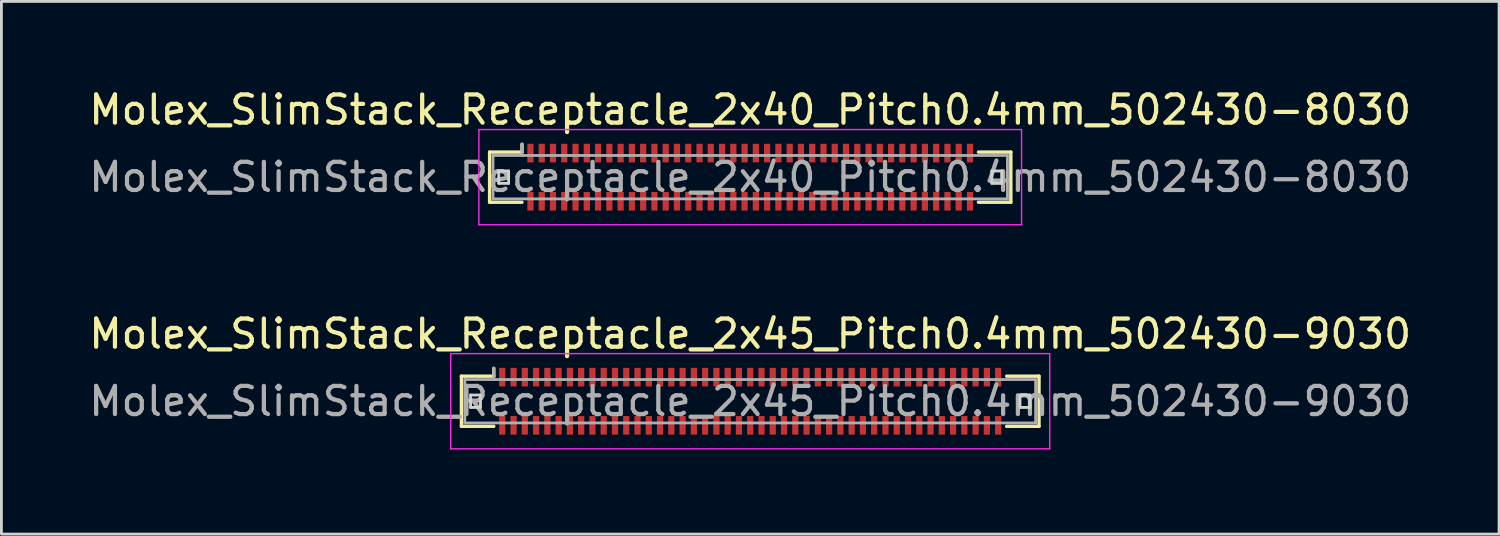
<source format=kicad_pcb>
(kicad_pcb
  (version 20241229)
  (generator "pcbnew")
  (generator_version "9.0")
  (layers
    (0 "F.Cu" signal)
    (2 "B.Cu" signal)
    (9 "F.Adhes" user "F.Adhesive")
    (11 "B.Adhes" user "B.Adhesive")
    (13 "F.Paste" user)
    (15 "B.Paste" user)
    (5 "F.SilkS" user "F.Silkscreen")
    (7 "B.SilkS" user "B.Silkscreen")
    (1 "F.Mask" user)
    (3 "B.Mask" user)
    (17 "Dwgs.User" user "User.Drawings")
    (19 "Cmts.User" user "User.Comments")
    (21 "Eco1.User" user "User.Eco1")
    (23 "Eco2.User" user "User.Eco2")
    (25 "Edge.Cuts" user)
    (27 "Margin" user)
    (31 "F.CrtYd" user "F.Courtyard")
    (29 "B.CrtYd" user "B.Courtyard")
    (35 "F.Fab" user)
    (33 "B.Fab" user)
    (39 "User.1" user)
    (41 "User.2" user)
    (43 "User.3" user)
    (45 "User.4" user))
  (footprint "Molex_SlimStack_Receptacle_2x40_Pitch0.4mm_502430-8030"
    (layer "F.Cu")
    (at 23.577 3.238)
    (property "Reference" "Molex_SlimStack_Receptacle_2x40_Pitch0.4mm_502430-8030" (at 0 -2.39 0) (layer "F.SilkS") (effects (font (size 1 1) (thickness 0.15))))
    (attr smd)
    (fp_line (start -9.25 -0.89) (end -8.1 -0.89) (stroke (width 0.12) (type solid)) (layer "F.SilkS"))
    (fp_line (start -9.25 0.89) (end -9.25 -0.89) (stroke (width 0.12) (type solid)) (layer "F.SilkS"))
    (fp_line (start -8.1 -0.89) (end -8.1 -1.17) (stroke (width 0.12) (type solid)) (layer "F.SilkS"))
    (fp_line (start -8.1 0.89) (end -9.25 0.89) (stroke (width 0.12) (type solid)) (layer "F.SilkS"))
    (fp_line (start 8.1 0.89) (end 9.25 0.89) (stroke (width 0.12) (type solid)) (layer "F.SilkS"))
    (fp_line (start 9.25 -0.89) (end 8.1 -0.89) (stroke (width 0.12) (type solid)) (layer "F.SilkS"))
    (fp_line (start 9.25 0.89) (end 9.25 -0.89) (stroke (width 0.12) (type solid)) (layer "F.SilkS"))
    (fp_line (start -8.925 -0.22) (end -8.925 0.22) (stroke (width 0.1) (type solid)) (layer "Edge.Cuts"))
    (fp_line (start -8.925 0.22) (end -8.575 0.22) (stroke (width 0.1) (type solid)) (layer "Edge.Cuts"))
    (fp_line (start -8.575 -0.22) (end -8.925 -0.22) (stroke (width 0.1) (type solid)) (layer "Edge.Cuts"))
    (fp_line (start -8.575 0.22) (end -8.575 -0.22) (stroke (width 0.1) (type solid)) (layer "Edge.Cuts"))
    (fp_line (start 8.575 -0.22) (end 8.575 0.22) (stroke (width 0.1) (type solid)) (layer "Edge.Cuts"))
    (fp_line (start 8.575 0.22) (end 8.925 0.22) (stroke (width 0.1) (type solid)) (layer "Edge.Cuts"))
    (fp_line (start 8.925 -0.22) (end 8.575 -0.22) (stroke (width 0.1) (type solid)) (layer "Edge.Cuts"))
    (fp_line (start 8.925 0.22) (end 8.925 -0.22) (stroke (width 0.1) (type solid)) (layer "Edge.Cuts"))
    (fp_line (start -9.63 -1.69) (end -9.63 1.69) (stroke (width 0.05) (type solid)) (layer "F.CrtYd"))
    (fp_line (start -9.63 1.69) (end 9.63 1.69) (stroke (width 0.05) (type solid)) (layer "F.CrtYd"))
    (fp_line (start 9.63 -1.69) (end -9.63 -1.69) (stroke (width 0.05) (type solid)) (layer "F.CrtYd"))
    (fp_line (start 9.63 1.69) (end 9.63 -1.69) (stroke (width 0.05) (type solid)) (layer "F.CrtYd"))
    (fp_line (start -9.13 -0.77) (end -9.13 0.77) (stroke (width 0.1) (type solid)) (layer "F.Fab"))
    (fp_line (start -9.13 0.77) (end 9.13 0.77) (stroke (width 0.1) (type solid)) (layer "F.Fab"))
    (fp_line (start -8.1 -0.77) (end -8.1 -1.17) (stroke (width 0.1) (type solid)) (layer "F.Fab"))
    (fp_line (start 9.13 -0.77) (end -9.13 -0.77) (stroke (width 0.1) (type solid)) (layer "F.Fab"))
    (fp_line (start 9.13 0.77) (end 9.13 -0.77) (stroke (width 0.1) (type solid)) (layer "F.Fab"))
    (fp_text user "${REFERENCE}" (at 0 0 0) (layer "F.Fab") (effects (font (size 1 1) (thickness 0.15))))
    (pad "1" smd rect (at -7.8 -0.855) (size 0.22 0.66) (layers "F.Cu" "F.Mask" "F.Paste"))
    (pad "2" smd rect (at -7.8 0.855) (size 0.22 0.66) (layers "F.Cu" "F.Mask" "F.Paste"))
    (pad "3" smd rect (at -7.4 -0.855) (size 0.22 0.66) (layers "F.Cu" "F.Mask" "F.Paste"))
    (pad "4" smd rect (at -7.4 0.855) (size 0.22 0.66) (layers "F.Cu" "F.Mask" "F.Paste"))
    (pad "5" smd rect (at -7 -0.855) (size 0.22 0.66) (layers "F.Cu" "F.Mask" "F.Paste"))
    (pad "6" smd rect (at -7 0.855) (size 0.22 0.66) (layers "F.Cu" "F.Mask" "F.Paste"))
    (pad "7" smd rect (at -6.6 -0.855) (size 0.22 0.66) (layers "F.Cu" "F.Mask" "F.Paste"))
    (pad "8" smd rect (at -6.6 0.855) (size 0.22 0.66) (layers "F.Cu" "F.Mask" "F.Paste"))
    (pad "9" smd rect (at -6.2 -0.855) (size 0.22 0.66) (layers "F.Cu" "F.Mask" "F.Paste"))
    (pad "10" smd rect (at -6.2 0.855) (size 0.22 0.66) (layers "F.Cu" "F.Mask" "F.Paste"))
    (pad "11" smd rect (at -5.8 -0.855) (size 0.22 0.66) (layers "F.Cu" "F.Mask" "F.Paste"))
    (pad "12" smd rect (at -5.8 0.855) (size 0.22 0.66) (layers "F.Cu" "F.Mask" "F.Paste"))
    (pad "13" smd rect (at -5.4 -0.855) (size 0.22 0.66) (layers "F.Cu" "F.Mask" "F.Paste"))
    (pad "14" smd rect (at -5.4 0.855) (size 0.22 0.66) (layers "F.Cu" "F.Mask" "F.Paste"))
    (pad "15" smd rect (at -5 -0.855) (size 0.22 0.66) (layers "F.Cu" "F.Mask" "F.Paste"))
    (pad "16" smd rect (at -5 0.855) (size 0.22 0.66) (layers "F.Cu" "F.Mask" "F.Paste"))
    (pad "17" smd rect (at -4.6 -0.855) (size 0.22 0.66) (layers "F.Cu" "F.Mask" "F.Paste"))
    (pad "18" smd rect (at -4.6 0.855) (size 0.22 0.66) (layers "F.Cu" "F.Mask" "F.Paste"))
    (pad "19" smd rect (at -4.2 -0.855) (size 0.22 0.66) (layers "F.Cu" "F.Mask" "F.Paste"))
    (pad "20" smd rect (at -4.2 0.855) (size 0.22 0.66) (layers "F.Cu" "F.Mask" "F.Paste"))
    (pad "21" smd rect (at -3.8 -0.855) (size 0.22 0.66) (layers "F.Cu" "F.Mask" "F.Paste"))
    (pad "22" smd rect (at -3.8 0.855) (size 0.22 0.66) (layers "F.Cu" "F.Mask" "F.Paste"))
    (pad "23" smd rect (at -3.4 -0.855) (size 0.22 0.66) (layers "F.Cu" "F.Mask" "F.Paste"))
    (pad "24" smd rect (at -3.4 0.855) (size 0.22 0.66) (layers "F.Cu" "F.Mask" "F.Paste"))
    (pad "25" smd rect (at -3 -0.855) (size 0.22 0.66) (layers "F.Cu" "F.Mask" "F.Paste"))
    (pad "26" smd rect (at -3 0.855) (size 0.22 0.66) (layers "F.Cu" "F.Mask" "F.Paste"))
    (pad "27" smd rect (at -2.6 -0.855) (size 0.22 0.66) (layers "F.Cu" "F.Mask" "F.Paste"))
    (pad "28" smd rect (at -2.6 0.855) (size 0.22 0.66) (layers "F.Cu" "F.Mask" "F.Paste"))
    (pad "29" smd rect (at -2.2 -0.855) (size 0.22 0.66) (layers "F.Cu" "F.Mask" "F.Paste"))
    (pad "30" smd rect (at -2.2 0.855) (size 0.22 0.66) (layers "F.Cu" "F.Mask" "F.Paste"))
    (pad "31" smd rect (at -1.8 -0.855) (size 0.22 0.66) (layers "F.Cu" "F.Mask" "F.Paste"))
    (pad "32" smd rect (at -1.8 0.855) (size 0.22 0.66) (layers "F.Cu" "F.Mask" "F.Paste"))
    (pad "33" smd rect (at -1.4 -0.855) (size 0.22 0.66) (layers "F.Cu" "F.Mask" "F.Paste"))
    (pad "34" smd rect (at -1.4 0.855) (size 0.22 0.66) (layers "F.Cu" "F.Mask" "F.Paste"))
    (pad "35" smd rect (at -1 -0.855) (size 0.22 0.66) (layers "F.Cu" "F.Mask" "F.Paste"))
    (pad "36" smd rect (at -1 0.855) (size 0.22 0.66) (layers "F.Cu" "F.Mask" "F.Paste"))
    (pad "37" smd rect (at -0.6 -0.855) (size 0.22 0.66) (layers "F.Cu" "F.Mask" "F.Paste"))
    (pad "38" smd rect (at -0.6 0.855) (size 0.22 0.66) (layers "F.Cu" "F.Mask" "F.Paste"))
    (pad "39" smd rect (at -0.2 -0.855) (size 0.22 0.66) (layers "F.Cu" "F.Mask" "F.Paste"))
    (pad "40" smd rect (at -0.2 0.855) (size 0.22 0.66) (layers "F.Cu" "F.Mask" "F.Paste"))
    (pad "41" smd rect (at 0.2 -0.855) (size 0.22 0.66) (layers "F.Cu" "F.Mask" "F.Paste"))
    (pad "42" smd rect (at 0.2 0.855) (size 0.22 0.66) (layers "F.Cu" "F.Mask" "F.Paste"))
    (pad "43" smd rect (at 0.6 -0.855) (size 0.22 0.66) (layers "F.Cu" "F.Mask" "F.Paste"))
    (pad "44" smd rect (at 0.6 0.855) (size 0.22 0.66) (layers "F.Cu" "F.Mask" "F.Paste"))
    (pad "45" smd rect (at 1 -0.855) (size 0.22 0.66) (layers "F.Cu" "F.Mask" "F.Paste"))
    (pad "46" smd rect (at 1 0.855) (size 0.22 0.66) (layers "F.Cu" "F.Mask" "F.Paste"))
    (pad "47" smd rect (at 1.4 -0.855) (size 0.22 0.66) (layers "F.Cu" "F.Mask" "F.Paste"))
    (pad "48" smd rect (at 1.4 0.855) (size 0.22 0.66) (layers "F.Cu" "F.Mask" "F.Paste"))
    (pad "49" smd rect (at 1.8 -0.855) (size 0.22 0.66) (layers "F.Cu" "F.Mask" "F.Paste"))
    (pad "50" smd rect (at 1.8 0.855) (size 0.22 0.66) (layers "F.Cu" "F.Mask" "F.Paste"))
    (pad "51" smd rect (at 2.2 -0.855) (size 0.22 0.66) (layers "F.Cu" "F.Mask" "F.Paste"))
    (pad "52" smd rect (at 2.2 0.855) (size 0.22 0.66) (layers "F.Cu" "F.Mask" "F.Paste"))
    (pad "53" smd rect (at 2.6 -0.855) (size 0.22 0.66) (layers "F.Cu" "F.Mask" "F.Paste"))
    (pad "54" smd rect (at 2.6 0.855) (size 0.22 0.66) (layers "F.Cu" "F.Mask" "F.Paste"))
    (pad "55" smd rect (at 3 -0.855) (size 0.22 0.66) (layers "F.Cu" "F.Mask" "F.Paste"))
    (pad "56" smd rect (at 3 0.855) (size 0.22 0.66) (layers "F.Cu" "F.Mask" "F.Paste"))
    (pad "57" smd rect (at 3.4 -0.855) (size 0.22 0.66) (layers "F.Cu" "F.Mask" "F.Paste"))
    (pad "58" smd rect (at 3.4 0.855) (size 0.22 0.66) (layers "F.Cu" "F.Mask" "F.Paste"))
    (pad "59" smd rect (at 3.8 -0.855) (size 0.22 0.66) (layers "F.Cu" "F.Mask" "F.Paste"))
    (pad "60" smd rect (at 3.8 0.855) (size 0.22 0.66) (layers "F.Cu" "F.Mask" "F.Paste"))
    (pad "61" smd rect (at 4.2 -0.855) (size 0.22 0.66) (layers "F.Cu" "F.Mask" "F.Paste"))
    (pad "62" smd rect (at 4.2 0.855) (size 0.22 0.66) (layers "F.Cu" "F.Mask" "F.Paste"))
    (pad "63" smd rect (at 4.6 -0.855) (size 0.22 0.66) (layers "F.Cu" "F.Mask" "F.Paste"))
    (pad "64" smd rect (at 4.6 0.855) (size 0.22 0.66) (layers "F.Cu" "F.Mask" "F.Paste"))
    (pad "65" smd rect (at 5 -0.855) (size 0.22 0.66) (layers "F.Cu" "F.Mask" "F.Paste"))
    (pad "66" smd rect (at 5 0.855) (size 0.22 0.66) (layers "F.Cu" "F.Mask" "F.Paste"))
    (pad "67" smd rect (at 5.4 -0.855) (size 0.22 0.66) (layers "F.Cu" "F.Mask" "F.Paste"))
    (pad "68" smd rect (at 5.4 0.855) (size 0.22 0.66) (layers "F.Cu" "F.Mask" "F.Paste"))
    (pad "69" smd rect (at 5.8 -0.855) (size 0.22 0.66) (layers "F.Cu" "F.Mask" "F.Paste"))
    (pad "70" smd rect (at 5.8 0.855) (size 0.22 0.66) (layers "F.Cu" "F.Mask" "F.Paste"))
    (pad "71" smd rect (at 6.2 -0.855) (size 0.22 0.66) (layers "F.Cu" "F.Mask" "F.Paste"))
    (pad "72" smd rect (at 6.2 0.855) (size 0.22 0.66) (layers "F.Cu" "F.Mask" "F.Paste"))
    (pad "73" smd rect (at 6.6 -0.855) (size 0.22 0.66) (layers "F.Cu" "F.Mask" "F.Paste"))
    (pad "74" smd rect (at 6.6 0.855) (size 0.22 0.66) (layers "F.Cu" "F.Mask" "F.Paste"))
    (pad "75" smd rect (at 7 -0.855) (size 0.22 0.66) (layers "F.Cu" "F.Mask" "F.Paste"))
    (pad "76" smd rect (at 7 0.855) (size 0.22 0.66) (layers "F.Cu" "F.Mask" "F.Paste"))
    (pad "77" smd rect (at 7.4 -0.855) (size 0.22 0.66) (layers "F.Cu" "F.Mask" "F.Paste"))
    (pad "78" smd rect (at 7.4 0.855) (size 0.22 0.66) (layers "F.Cu" "F.Mask" "F.Paste"))
    (pad "79" smd rect (at 7.8 -0.855) (size 0.22 0.66) (layers "F.Cu" "F.Mask" "F.Paste"))
    (pad "80" smd rect (at 7.8 0.855) (size 0.22 0.66) (layers "F.Cu" "F.Mask" "F.Paste")))
  (footprint "Molex_SlimStack_Receptacle_2x45_Pitch0.4mm_502430-9030"
    (layer "F.Cu")
    (at 23.577 11.191)
    (property "Reference" "Molex_SlimStack_Receptacle_2x45_Pitch0.4mm_502430-9030" (at 0 -2.39 0) (layer "F.SilkS") (effects (font (size 1 1) (thickness 0.15))))
    (attr smd)
    (fp_line (start -10.25 -0.89) (end -9.1 -0.89) (stroke (width 0.12) (type solid)) (layer "F.SilkS"))
    (fp_line (start -10.25 0.89) (end -10.25 -0.89) (stroke (width 0.12) (type solid)) (layer "F.SilkS"))
    (fp_line (start -9.1 -0.89) (end -9.1 -1.17) (stroke (width 0.12) (type solid)) (layer "F.SilkS"))
    (fp_line (start -9.1 0.89) (end -10.25 0.89) (stroke (width 0.12) (type solid)) (layer "F.SilkS"))
    (fp_line (start 9.1 0.89) (end 10.25 0.89) (stroke (width 0.12) (type solid)) (layer "F.SilkS"))
    (fp_line (start 10.25 -0.89) (end 9.1 -0.89) (stroke (width 0.12) (type solid)) (layer "F.SilkS"))
    (fp_line (start 10.25 0.89) (end 10.25 -0.89) (stroke (width 0.12) (type solid)) (layer "F.SilkS"))
    (fp_line (start -9.925 -0.22) (end -9.925 0.22) (stroke (width 0.1) (type solid)) (layer "Edge.Cuts"))
    (fp_line (start -9.925 0.22) (end -9.575 0.22) (stroke (width 0.1) (type solid)) (layer "Edge.Cuts"))
    (fp_line (start -9.575 -0.22) (end -9.925 -0.22) (stroke (width 0.1) (type solid)) (layer "Edge.Cuts"))
    (fp_line (start -9.575 0.22) (end -9.575 -0.22) (stroke (width 0.1) (type solid)) (layer "Edge.Cuts"))
    (fp_line (start 9.575 -0.22) (end 9.575 0.22) (stroke (width 0.1) (type solid)) (layer "Edge.Cuts"))
    (fp_line (start 9.575 0.22) (end 9.925 0.22) (stroke (width 0.1) (type solid)) (layer "Edge.Cuts"))
    (fp_line (start 9.925 -0.22) (end 9.575 -0.22) (stroke (width 0.1) (type solid)) (layer "Edge.Cuts"))
    (fp_line (start 9.925 0.22) (end 9.925 -0.22) (stroke (width 0.1) (type solid)) (layer "Edge.Cuts"))
    (fp_line (start -10.63 -1.69) (end -10.63 1.69) (stroke (width 0.05) (type solid)) (layer "F.CrtYd"))
    (fp_line (start -10.63 1.69) (end 10.63 1.69) (stroke (width 0.05) (type solid)) (layer "F.CrtYd"))
    (fp_line (start 10.63 -1.69) (end -10.63 -1.69) (stroke (width 0.05) (type solid)) (layer "F.CrtYd"))
    (fp_line (start 10.63 1.69) (end 10.63 -1.69) (stroke (width 0.05) (type solid)) (layer "F.CrtYd"))
    (fp_line (start -10.13 -0.77) (end -10.13 0.77) (stroke (width 0.1) (type solid)) (layer "F.Fab"))
    (fp_line (start -10.13 0.77) (end 10.13 0.77) (stroke (width 0.1) (type solid)) (layer "F.Fab"))
    (fp_line (start -9.1 -0.77) (end -9.1 -1.17) (stroke (width 0.1) (type solid)) (layer "F.Fab"))
    (fp_line (start 10.13 -0.77) (end -10.13 -0.77) (stroke (width 0.1) (type solid)) (layer "F.Fab"))
    (fp_line (start 10.13 0.77) (end 10.13 -0.77) (stroke (width 0.1) (type solid)) (layer "F.Fab"))
    (fp_text user "${REFERENCE}" (at 0 0 0) (layer "F.Fab") (effects (font (size 1 1) (thickness 0.15))))
    (pad "1" smd rect (at -8.8 -0.855) (size 0.22 0.66) (layers "F.Cu" "F.Mask" "F.Paste"))
    (pad "2" smd rect (at -8.8 0.855) (size 0.22 0.66) (layers "F.Cu" "F.Mask" "F.Paste"))
    (pad "3" smd rect (at -8.4 -0.855) (size 0.22 0.66) (layers "F.Cu" "F.Mask" "F.Paste"))
    (pad "4" smd rect (at -8.4 0.855) (size 0.22 0.66) (layers "F.Cu" "F.Mask" "F.Paste"))
    (pad "5" smd rect (at -8 -0.855) (size 0.22 0.66) (layers "F.Cu" "F.Mask" "F.Paste"))
    (pad "6" smd rect (at -8 0.855) (size 0.22 0.66) (layers "F.Cu" "F.Mask" "F.Paste"))
    (pad "7" smd rect (at -7.6 -0.855) (size 0.22 0.66) (layers "F.Cu" "F.Mask" "F.Paste"))
    (pad "8" smd rect (at -7.6 0.855) (size 0.22 0.66) (layers "F.Cu" "F.Mask" "F.Paste"))
    (pad "9" smd rect (at -7.2 -0.855) (size 0.22 0.66) (layers "F.Cu" "F.Mask" "F.Paste"))
    (pad "10" smd rect (at -7.2 0.855) (size 0.22 0.66) (layers "F.Cu" "F.Mask" "F.Paste"))
    (pad "11" smd rect (at -6.8 -0.855) (size 0.22 0.66) (layers "F.Cu" "F.Mask" "F.Paste"))
    (pad "12" smd rect (at -6.8 0.855) (size 0.22 0.66) (layers "F.Cu" "F.Mask" "F.Paste"))
    (pad "13" smd rect (at -6.4 -0.855) (size 0.22 0.66) (layers "F.Cu" "F.Mask" "F.Paste"))
    (pad "14" smd rect (at -6.4 0.855) (size 0.22 0.66) (layers "F.Cu" "F.Mask" "F.Paste"))
    (pad "15" smd rect (at -6 -0.855) (size 0.22 0.66) (layers "F.Cu" "F.Mask" "F.Paste"))
    (pad "16" smd rect (at -6 0.855) (size 0.22 0.66) (layers "F.Cu" "F.Mask" "F.Paste"))
    (pad "17" smd rect (at -5.6 -0.855) (size 0.22 0.66) (layers "F.Cu" "F.Mask" "F.Paste"))
    (pad "18" smd rect (at -5.6 0.855) (size 0.22 0.66) (layers "F.Cu" "F.Mask" "F.Paste"))
    (pad "19" smd rect (at -5.2 -0.855) (size 0.22 0.66) (layers "F.Cu" "F.Mask" "F.Paste"))
    (pad "20" smd rect (at -5.2 0.855) (size 0.22 0.66) (layers "F.Cu" "F.Mask" "F.Paste"))
    (pad "21" smd rect (at -4.8 -0.855) (size 0.22 0.66) (layers "F.Cu" "F.Mask" "F.Paste"))
    (pad "22" smd rect (at -4.8 0.855) (size 0.22 0.66) (layers "F.Cu" "F.Mask" "F.Paste"))
    (pad "23" smd rect (at -4.4 -0.855) (size 0.22 0.66) (layers "F.Cu" "F.Mask" "F.Paste"))
    (pad "24" smd rect (at -4.4 0.855) (size 0.22 0.66) (layers "F.Cu" "F.Mask" "F.Paste"))
    (pad "25" smd rect (at -4 -0.855) (size 0.22 0.66) (layers "F.Cu" "F.Mask" "F.Paste"))
    (pad "26" smd rect (at -4 0.855) (size 0.22 0.66) (layers "F.Cu" "F.Mask" "F.Paste"))
    (pad "27" smd rect (at -3.6 -0.855) (size 0.22 0.66) (layers "F.Cu" "F.Mask" "F.Paste"))
    (pad "28" smd rect (at -3.6 0.855) (size 0.22 0.66) (layers "F.Cu" "F.Mask" "F.Paste"))
    (pad "29" smd rect (at -3.2 -0.855) (size 0.22 0.66) (layers "F.Cu" "F.Mask" "F.Paste"))
    (pad "30" smd rect (at -3.2 0.855) (size 0.22 0.66) (layers "F.Cu" "F.Mask" "F.Paste"))
    (pad "31" smd rect (at -2.8 -0.855) (size 0.22 0.66) (layers "F.Cu" "F.Mask" "F.Paste"))
    (pad "32" smd rect (at -2.8 0.855) (size 0.22 0.66) (layers "F.Cu" "F.Mask" "F.Paste"))
    (pad "33" smd rect (at -2.4 -0.855) (size 0.22 0.66) (layers "F.Cu" "F.Mask" "F.Paste"))
    (pad "34" smd rect (at -2.4 0.855) (size 0.22 0.66) (layers "F.Cu" "F.Mask" "F.Paste"))
    (pad "35" smd rect (at -2 -0.855) (size 0.22 0.66) (layers "F.Cu" "F.Mask" "F.Paste"))
    (pad "36" smd rect (at -2 0.855) (size 0.22 0.66) (layers "F.Cu" "F.Mask" "F.Paste"))
    (pad "37" smd rect (at -1.6 -0.855) (size 0.22 0.66) (layers "F.Cu" "F.Mask" "F.Paste"))
    (pad "38" smd rect (at -1.6 0.855) (size 0.22 0.66) (layers "F.Cu" "F.Mask" "F.Paste"))
    (pad "39" smd rect (at -1.2 -0.855) (size 0.22 0.66) (layers "F.Cu" "F.Mask" "F.Paste"))
    (pad "40" smd rect (at -1.2 0.855) (size 0.22 0.66) (layers "F.Cu" "F.Mask" "F.Paste"))
    (pad "41" smd rect (at -0.8 -0.855) (size 0.22 0.66) (layers "F.Cu" "F.Mask" "F.Paste"))
    (pad "42" smd rect (at -0.8 0.855) (size 0.22 0.66) (layers "F.Cu" "F.Mask" "F.Paste"))
    (pad "43" smd rect (at -0.4 -0.855) (size 0.22 0.66) (layers "F.Cu" "F.Mask" "F.Paste"))
    (pad "44" smd rect (at -0.4 0.855) (size 0.22 0.66) (layers "F.Cu" "F.Mask" "F.Paste"))
    (pad "45" smd rect (at 0 -0.855) (size 0.22 0.66) (layers "F.Cu" "F.Mask" "F.Paste"))
    (pad "46" smd rect (at 0 0.855) (size 0.22 0.66) (layers "F.Cu" "F.Mask" "F.Paste"))
    (pad "47" smd rect (at 0.4 -0.855) (size 0.22 0.66) (layers "F.Cu" "F.Mask" "F.Paste"))
    (pad "48" smd rect (at 0.4 0.855) (size 0.22 0.66) (layers "F.Cu" "F.Mask" "F.Paste"))
    (pad "49" smd rect (at 0.8 -0.855) (size 0.22 0.66) (layers "F.Cu" "F.Mask" "F.Paste"))
    (pad "50" smd rect (at 0.8 0.855) (size 0.22 0.66) (layers "F.Cu" "F.Mask" "F.Paste"))
    (pad "51" smd rect (at 1.2 -0.855) (size 0.22 0.66) (layers "F.Cu" "F.Mask" "F.Paste"))
    (pad "52" smd rect (at 1.2 0.855) (size 0.22 0.66) (layers "F.Cu" "F.Mask" "F.Paste"))
    (pad "53" smd rect (at 1.6 -0.855) (size 0.22 0.66) (layers "F.Cu" "F.Mask" "F.Paste"))
    (pad "54" smd rect (at 1.6 0.855) (size 0.22 0.66) (layers "F.Cu" "F.Mask" "F.Paste"))
    (pad "55" smd rect (at 2 -0.855) (size 0.22 0.66) (layers "F.Cu" "F.Mask" "F.Paste"))
    (pad "56" smd rect (at 2 0.855) (size 0.22 0.66) (layers "F.Cu" "F.Mask" "F.Paste"))
    (pad "57" smd rect (at 2.4 -0.855) (size 0.22 0.66) (layers "F.Cu" "F.Mask" "F.Paste"))
    (pad "58" smd rect (at 2.4 0.855) (size 0.22 0.66) (layers "F.Cu" "F.Mask" "F.Paste"))
    (pad "59" smd rect (at 2.8 -0.855) (size 0.22 0.66) (layers "F.Cu" "F.Mask" "F.Paste"))
    (pad "60" smd rect (at 2.8 0.855) (size 0.22 0.66) (layers "F.Cu" "F.Mask" "F.Paste"))
    (pad "61" smd rect (at 3.2 -0.855) (size 0.22 0.66) (layers "F.Cu" "F.Mask" "F.Paste"))
    (pad "62" smd rect (at 3.2 0.855) (size 0.22 0.66) (layers "F.Cu" "F.Mask" "F.Paste"))
    (pad "63" smd rect (at 3.6 -0.855) (size 0.22 0.66) (layers "F.Cu" "F.Mask" "F.Paste"))
    (pad "64" smd rect (at 3.6 0.855) (size 0.22 0.66) (layers "F.Cu" "F.Mask" "F.Paste"))
    (pad "65" smd rect (at 4 -0.855) (size 0.22 0.66) (layers "F.Cu" "F.Mask" "F.Paste"))
    (pad "66" smd rect (at 4 0.855) (size 0.22 0.66) (layers "F.Cu" "F.Mask" "F.Paste"))
    (pad "67" smd rect (at 4.4 -0.855) (size 0.22 0.66) (layers "F.Cu" "F.Mask" "F.Paste"))
    (pad "68" smd rect (at 4.4 0.855) (size 0.22 0.66) (layers "F.Cu" "F.Mask" "F.Paste"))
    (pad "69" smd rect (at 4.8 -0.855) (size 0.22 0.66) (layers "F.Cu" "F.Mask" "F.Paste"))
    (pad "70" smd rect (at 4.8 0.855) (size 0.22 0.66) (layers "F.Cu" "F.Mask" "F.Paste"))
    (pad "71" smd rect (at 5.2 -0.855) (size 0.22 0.66) (layers "F.Cu" "F.Mask" "F.Paste"))
    (pad "72" smd rect (at 5.2 0.855) (size 0.22 0.66) (layers "F.Cu" "F.Mask" "F.Paste"))
    (pad "73" smd rect (at 5.6 -0.855) (size 0.22 0.66) (layers "F.Cu" "F.Mask" "F.Paste"))
    (pad "74" smd rect (at 5.6 0.855) (size 0.22 0.66) (layers "F.Cu" "F.Mask" "F.Paste"))
    (pad "75" smd rect (at 6 -0.855) (size 0.22 0.66) (layers "F.Cu" "F.Mask" "F.Paste"))
    (pad "76" smd rect (at 6 0.855) (size 0.22 0.66) (layers "F.Cu" "F.Mask" "F.Paste"))
    (pad "77" smd rect (at 6.4 -0.855) (size 0.22 0.66) (layers "F.Cu" "F.Mask" "F.Paste"))
    (pad "78" smd rect (at 6.4 0.855) (size 0.22 0.66) (layers "F.Cu" "F.Mask" "F.Paste"))
    (pad "79" smd rect (at 6.8 -0.855) (size 0.22 0.66) (layers "F.Cu" "F.Mask" "F.Paste"))
    (pad "80" smd rect (at 6.8 0.855) (size 0.22 0.66) (layers "F.Cu" "F.Mask" "F.Paste"))
    (pad "81" smd rect (at 7.2 -0.855) (size 0.22 0.66) (layers "F.Cu" "F.Mask" "F.Paste"))
    (pad "82" smd rect (at 7.2 0.855) (size 0.22 0.66) (layers "F.Cu" "F.Mask" "F.Paste"))
    (pad "83" smd rect (at 7.6 -0.855) (size 0.22 0.66) (layers "F.Cu" "F.Mask" "F.Paste"))
    (pad "84" smd rect (at 7.6 0.855) (size 0.22 0.66) (layers "F.Cu" "F.Mask" "F.Paste"))
    (pad "85" smd rect (at 8 -0.855) (size 0.22 0.66) (layers "F.Cu" "F.Mask" "F.Paste"))
    (pad "86" smd rect (at 8 0.855) (size 0.22 0.66) (layers "F.Cu" "F.Mask" "F.Paste"))
    (pad "87" smd rect (at 8.4 -0.855) (size 0.22 0.66) (layers "F.Cu" "F.Mask" "F.Paste"))
    (pad "88" smd rect (at 8.4 0.855) (size 0.22 0.66) (layers "F.Cu" "F.Mask" "F.Paste"))
    (pad "89" smd rect (at 8.8 -0.855) (size 0.22 0.66) (layers "F.Cu" "F.Mask" "F.Paste"))
    (pad "90" smd rect (at 8.8 0.855) (size 0.22 0.66) (layers "F.Cu" "F.Mask" "F.Paste")))
  (gr_rect
    (start -3 -3)
    (end 50.155 15.906)
    (stroke (width 0.1) (type default))
    (fill no)
    (layer "Edge.Cuts")))
</source>
